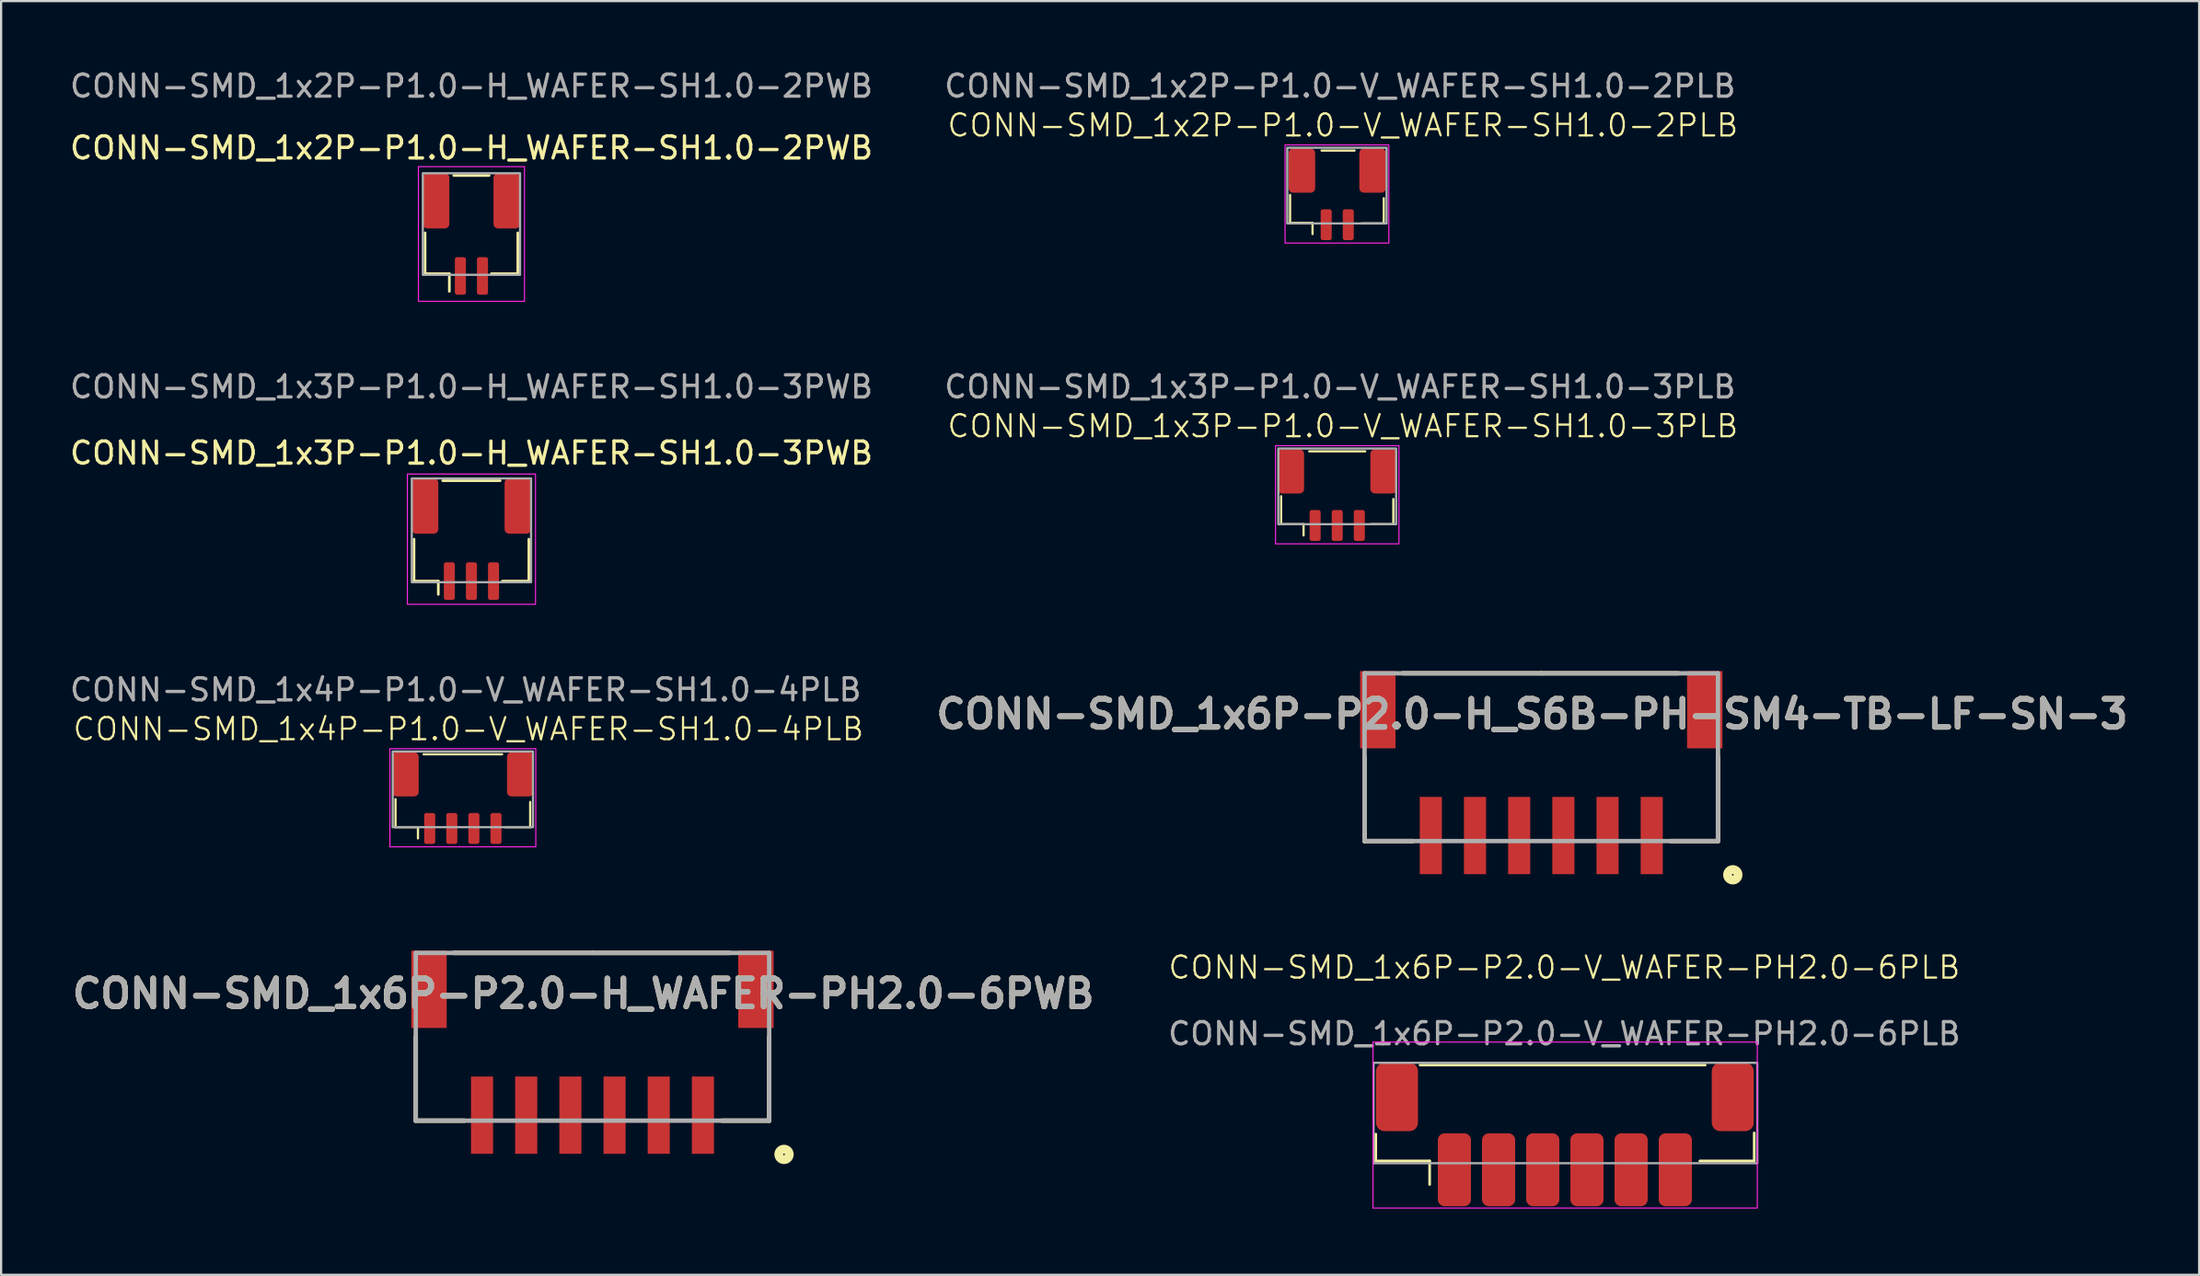
<source format=kicad_pcb>
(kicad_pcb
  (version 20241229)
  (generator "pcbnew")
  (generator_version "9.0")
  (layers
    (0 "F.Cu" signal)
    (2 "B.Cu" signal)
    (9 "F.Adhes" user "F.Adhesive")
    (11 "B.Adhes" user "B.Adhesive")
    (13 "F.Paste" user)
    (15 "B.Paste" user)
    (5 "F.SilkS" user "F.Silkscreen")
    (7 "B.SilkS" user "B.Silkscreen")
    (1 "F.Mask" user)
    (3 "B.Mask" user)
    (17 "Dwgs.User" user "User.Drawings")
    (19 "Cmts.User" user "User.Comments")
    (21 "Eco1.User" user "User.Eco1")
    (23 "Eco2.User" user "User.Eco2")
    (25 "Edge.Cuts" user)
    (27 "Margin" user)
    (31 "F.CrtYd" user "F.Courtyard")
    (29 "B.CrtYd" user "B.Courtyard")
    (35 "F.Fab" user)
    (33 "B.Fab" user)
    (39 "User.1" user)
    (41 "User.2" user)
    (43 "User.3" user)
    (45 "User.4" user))
  (footprint "CONN-SMD_1x6P-P2.0-V_WAFER-PH2.0-6PLB"
    (layer "F.Cu")
    (at 67.791 47.936)
    (property "Reference" "CONN-SMD_1x6P-P2.0-V_WAFER-PH2.0-6PLB" (at -0.025 -7.164 0) (unlocked yes) (layer "F.SilkS") (effects (font (size 1 1) (thickness 0.1))))
    (attr smd)
    (fp_line (start -8.56 0.381) (end -8.56 1.6) (stroke (width 0.12) (type default)) (layer "F.SilkS"))
    (fp_line (start -8.56 1.6) (end -6.121 1.6) (stroke (width 0.12) (type default)) (layer "F.SilkS"))
    (fp_line (start -6.553 -2.743) (end 6.35 -2.743) (stroke (width 0.12) (type default)) (layer "F.SilkS"))
    (fp_line (start -6.121 1.6) (end -6.121 2.667) (stroke (width 0.12) (type default)) (layer "F.SilkS"))
    (fp_line (start 8.572 0.33) (end 8.572 1.6) (stroke (width 0.12) (type default)) (layer "F.SilkS"))
    (fp_line (start 8.572 1.6) (end 6.109 1.6) (stroke (width 0.12) (type default)) (layer "F.SilkS"))
    (fp_rect (start -8.687 -3.785) (end 8.712 3.734) (stroke (width 0.05) (type default)) (fill no) (layer "F.CrtYd"))
    (fp_rect (start -8.661 -2.845) (end 8.712 1.702) (stroke (width 0.1) (type default)) (fill no) (layer "F.Fab"))
    (fp_text user "${REFERENCE}" (at -0.025 -4.164 0) (unlocked yes) (layer "F.Fab") (effects (font (size 1 1) (thickness 0.15))))
    (pad "1" smd roundrect (at -5 2) (size 1.5 3.3) (layers "F.Cu" "F.Mask" "F.Paste") (roundrect_rratio 0.2))
    (pad "2" smd roundrect (at -3 2) (size 1.5 3.3) (layers "F.Cu" "F.Mask" "F.Paste") (roundrect_rratio 0.2))
    (pad "3" smd roundrect (at -1 2) (size 1.5 3.3) (layers "F.Cu" "F.Mask" "F.Paste") (roundrect_rratio 0.2))
    (pad "4" smd roundrect (at 1 2) (size 1.5 3.3) (layers "F.Cu" "F.Mask" "F.Paste") (roundrect_rratio 0.2))
    (pad "5" smd roundrect (at 3 2) (size 1.5 3.3) (layers "F.Cu" "F.Mask" "F.Paste") (roundrect_rratio 0.2))
    (pad "6" smd roundrect (at 5 2) (size 1.5 3.3) (layers "F.Cu" "F.Mask" "F.Paste") (roundrect_rratio 0.2))
    (pad "MP1" smd roundrect (at -7.6 -1.3) (size 1.9 3.1) (layers "F.Cu" "F.Mask" "F.Paste") (roundrect_rratio 0.2))
    (pad "MP2" smd roundrect (at 7.6 -1.3) (size 1.9 3.1) (layers "F.Cu" "F.Mask" "F.Paste") (roundrect_rratio 0.2)))
  (footprint "CONN-SMD_1x4P-P1.0-V_WAFER-SH1.0-4PLB"
    (layer "F.Cu")
    (at 17.903 33.275)
    (property "Reference" "CONN-SMD_1x4P-P1.0-V_WAFER-SH1.0-4PLB" (at 0.254 -3.302 0) (unlocked yes) (layer "F.SilkS") (effects (font (size 1 1) (thickness 0.1))))
    (attr smd)
    (fp_line (start -3.048 -0.127) (end -3.048 1.143) (stroke (width 0.1) (type default)) (layer "F.SilkS"))
    (fp_line (start -3.048 1.143) (end -2.032 1.143) (stroke (width 0.1) (type default)) (layer "F.SilkS"))
    (fp_line (start -2.032 1.143) (end -2.032 1.651) (stroke (width 0.1) (type default)) (layer "F.SilkS"))
    (fp_line (start -1.778 -2.159) (end 1.778 -2.159) (stroke (width 0.1) (type default)) (layer "F.SilkS"))
    (fp_line (start 3.048 0) (end 3.048 1.143) (stroke (width 0.1) (type default)) (layer "F.SilkS"))
    (fp_line (start 3.048 1.143) (end 1.905 1.143) (stroke (width 0.1) (type default)) (layer "F.SilkS"))
    (fp_rect (start -3.302 -2.413) (end 3.302 2.032) (stroke (width 0.05) (type default)) (fill no) (layer "F.CrtYd"))
    (fp_rect (start -3.175 -2.286) (end 3.175 1.143) (stroke (width 0.1) (type default)) (fill no) (layer "F.Fab"))
    (fp_text user "${REFERENCE}" (at 0.127 -5.08 0) (unlocked yes) (layer "F.Fab") (effects (font (size 1 1) (thickness 0.15))))
    (pad "1" smd roundrect (at -1.5 1.2) (size 0.5 1.4) (layers "F.Cu" "F.Mask" "F.Paste") (roundrect_rratio 0.2))
    (pad "2" smd roundrect (at -0.5 1.2) (size 0.5 1.4) (layers "F.Cu" "F.Mask" "F.Paste") (roundrect_rratio 0.2))
    (pad "3" smd roundrect (at 0.5 1.2) (size 0.5 1.4) (layers "F.Cu" "F.Mask" "F.Paste") (roundrect_rratio 0.2))
    (pad "4" smd roundrect (at 1.5 1.2) (size 0.5 1.4) (layers "F.Cu" "F.Mask" "F.Paste") (roundrect_rratio 0.2))
    (pad "MP1" smd roundrect (at -2.6 -1.25) (size 1.2 2) (layers "F.Cu" "F.Mask" "F.Paste") (roundrect_rratio 0.167))
    (pad "MP2" smd roundrect (at 2.6 -1.25) (size 1.2 2) (layers "F.Cu" "F.Mask" "F.Paste") (roundrect_rratio 0.167)))
  (footprint "CONN-SMD_1x6P-P2.0-H_WAFER-PH2.0-6PWB"
    (layer "F.Cu")
    (at 23.771 47.462)
    (property "Reference" "CONN-SMD_1x6P-P2.0-H_WAFER-PH2.0-6PWB" (at -0.415 -5.499 0) (layer "F.SilkS") (effects (font (size 1.27 1.27) (thickness 0.254))))
    (attr smd)
    (fp_line (start -8 0.25) (end -8 -3.55) (stroke (width 0.2) (type solid)) (layer "F.SilkS"))
    (fp_line (start -8 0.25) (end -5.803 0.25) (stroke (width 0.2) (type solid)) (layer "F.SilkS"))
    (fp_line (start 0 -7.35) (end -6.275 -7.35) (stroke (width 0.2) (type solid)) (layer "F.SilkS"))
    (fp_line (start 0 -7.35) (end 6.212 -7.35) (stroke (width 0.2) (type solid)) (layer "F.SilkS"))
    (fp_line (start 8 0.25) (end 5.858 0.25) (stroke (width 0.2) (type solid)) (layer "F.SilkS"))
    (fp_line (start 8 0.25) (end 8 -3.55) (stroke (width 0.2) (type solid)) (layer "F.SilkS"))
    (fp_circle (center 8.671 1.778) (end 8.671 2.015) (stroke (width 0.4) (type solid)) (fill no) (layer "F.SilkS"))
    (fp_line (start -8 -7.35) (end -8 0.25) (stroke (width 0.2) (type solid)) (layer "F.Fab"))
    (fp_line (start -8 0.25) (end 8 0.25) (stroke (width 0.2) (type solid)) (layer "F.Fab"))
    (fp_line (start 8 -7.35) (end -8 -7.35) (stroke (width 0.2) (type solid)) (layer "F.Fab"))
    (fp_line (start 8 0.25) (end 8 -7.35) (stroke (width 0.2) (type solid)) (layer "F.Fab"))
    (fp_text user "${REFERENCE}" (at -0.415 -5.499 0) (layer "F.Fab") (effects (font (size 1.27 1.27) (thickness 0.254))))
    (pad "1" smd rect (at 5 0) (size 1 3.5) (layers "F.Cu" "F.Mask" "F.Paste"))
    (pad "2" smd rect (at 3 0) (size 1 3.5) (layers "F.Cu" "F.Mask" "F.Paste"))
    (pad "3" smd rect (at 1 0) (size 1 3.5) (layers "F.Cu" "F.Mask" "F.Paste"))
    (pad "4" smd rect (at -1 0) (size 1 3.5) (layers "F.Cu" "F.Mask" "F.Paste"))
    (pad "5" smd rect (at -3 0) (size 1 3.5) (layers "F.Cu" "F.Mask" "F.Paste"))
    (pad "6" smd rect (at -5 0) (size 1 3.5) (layers "F.Cu" "F.Mask" "F.Paste"))
    (pad "MP1" smd rect (at 7.4 -5.7) (size 1.6 3.5) (layers "F.Cu" "F.Mask" "F.Paste"))
    (pad "MP2" smd rect (at -7.4 -5.7) (size 1.6 3.5) (layers "F.Cu" "F.Mask" "F.Paste")))
  (footprint "CONN-SMD_1x3P-P1.0-V_WAFER-SH1.0-3PLB"
    (layer "F.Cu")
    (at 57.486 19.552)
    (property "Reference" "CONN-SMD_1x3P-P1.0-V_WAFER-SH1.0-3PLB" (at 0.254 -3.302 0) (unlocked yes) (layer "F.SilkS") (effects (font (size 1 1) (thickness 0.1))))
    (attr smd)
    (fp_line (start -2.54 -0.127) (end -2.54 1.143) (stroke (width 0.1) (type default)) (layer "F.SilkS"))
    (fp_line (start -2.54 1.143) (end -1.524 1.143) (stroke (width 0.1) (type default)) (layer "F.SilkS"))
    (fp_line (start -1.524 1.143) (end -1.524 1.651) (stroke (width 0.1) (type default)) (layer "F.SilkS"))
    (fp_line (start -1.27 -2.159) (end 1.27 -2.159) (stroke (width 0.1) (type default)) (layer "F.SilkS"))
    (fp_line (start 2.54 0) (end 2.54 1.143) (stroke (width 0.1) (type default)) (layer "F.SilkS"))
    (fp_line (start 2.54 1.143) (end 1.524 1.143) (stroke (width 0.1) (type default)) (layer "F.SilkS"))
    (fp_rect (start -2.794 -2.413) (end 2.794 2.032) (stroke (width 0.05) (type default)) (fill no) (layer "F.CrtYd"))
    (fp_rect (start -2.667 -2.286) (end 2.667 1.143) (stroke (width 0.1) (type default)) (fill no) (layer "F.Fab"))
    (fp_text user "${REFERENCE}" (at 0.127 -5.08 0) (unlocked yes) (layer "F.Fab") (effects (font (size 1 1) (thickness 0.15))))
    (pad "1" smd roundrect (at -1 1.2) (size 0.5 1.4) (layers "F.Cu" "F.Mask" "F.Paste") (roundrect_rratio 0.2))
    (pad "2" smd roundrect (at 0 1.2) (size 0.5 1.4) (layers "F.Cu" "F.Mask" "F.Paste") (roundrect_rratio 0.2))
    (pad "3" smd roundrect (at 1 1.2) (size 0.5 1.4) (layers "F.Cu" "F.Mask" "F.Paste") (roundrect_rratio 0.2))
    (pad "MP1" smd roundrect (at -2.1 -1.25) (size 1.2 2) (layers "F.Cu" "F.Mask" "F.Paste") (roundrect_rratio 0.167))
    (pad "MP2" smd roundrect (at 2.1 -1.25) (size 1.2 2) (layers "F.Cu" "F.Mask" "F.Paste") (roundrect_rratio 0.167)))
  (footprint "CONN-SMD_1x2P-P1.0-V_WAFER-SH1.0-2PLB"
    (layer "F.Cu")
    (at 57.486 5.928)
    (property "Reference" "CONN-SMD_1x2P-P1.0-V_WAFER-SH1.0-2PLB" (at 0.254 -3.302 0) (unlocked yes) (layer "F.SilkS") (effects (font (size 1 1) (thickness 0.1))))
    (attr smd)
    (fp_line (start -2.134 -0.152) (end -2.134 1.118) (stroke (width 0.1) (type default)) (layer "F.SilkS"))
    (fp_line (start -2.134 1.118) (end -1.118 1.118) (stroke (width 0.1) (type default)) (layer "F.SilkS"))
    (fp_line (start -1.118 1.118) (end -1.118 1.626) (stroke (width 0.1) (type default)) (layer "F.SilkS"))
    (fp_line (start -0.711 -2.159) (end 0.787 -2.159) (stroke (width 0.1) (type default)) (layer "F.SilkS"))
    (fp_line (start 2.108 0) (end 2.108 1.143) (stroke (width 0.1) (type default)) (layer "F.SilkS"))
    (fp_line (start 2.108 1.143) (end 1.092 1.143) (stroke (width 0.1) (type default)) (layer "F.SilkS"))
    (fp_rect (start -2.362 -2.413) (end 2.337 2.032) (stroke (width 0.05) (type default)) (fill no) (layer "F.CrtYd"))
    (fp_rect (start -2.261 -2.286) (end 2.235 1.143) (stroke (width 0.1) (type default)) (fill no) (layer "F.Fab"))
    (fp_text user "${REFERENCE}" (at 0.127 -5.08 0) (unlocked yes) (layer "F.Fab") (effects (font (size 1 1) (thickness 0.15))))
    (pad "1" smd roundrect (at -0.5 1.2) (size 0.5 1.4) (layers "F.Cu" "F.Mask" "F.Paste") (roundrect_rratio 0.2))
    (pad "2" smd roundrect (at 0.5 1.2) (size 0.5 1.4) (layers "F.Cu" "F.Mask" "F.Paste") (roundrect_rratio 0.2))
    (pad "MP1" smd roundrect (at -1.6 -1.25) (size 1.2 2) (layers "F.Cu" "F.Mask" "F.Paste") (roundrect_rratio 0.167))
    (pad "MP2" smd roundrect (at 1.6 -1.25) (size 1.2 2) (layers "F.Cu" "F.Mask" "F.Paste") (roundrect_rratio 0.167)))
  (footprint "CONN-SMD_1x3P-P1.0-H_WAFER-SH1.0-3PWB"
    (layer "F.Cu")
    (at 18.292 21.372)
    (property "Reference" "CONN-SMD_1x3P-P1.0-H_WAFER-SH1.0-3PWB" (at 0 -3.9 0) (unlocked yes) (layer "F.SilkS") (effects (font (size 1 1) (thickness 0.15))))
    (attr smd)
    (fp_line (start -2.6 0) (end -2.6 1.9) (stroke (width 0.12) (type solid)) (layer "F.SilkS"))
    (fp_line (start -2.6 1.9) (end -1.5 1.9) (stroke (width 0.12) (type solid)) (layer "F.SilkS"))
    (fp_line (start -1.5 1.9) (end -1.5 2.5) (stroke (width 0.12) (type solid)) (layer "F.SilkS"))
    (fp_line (start -1.3 -2.65) (end 1.3 -2.65) (stroke (width 0.12) (type solid)) (layer "F.SilkS"))
    (fp_line (start 1.4 1.9) (end 2.6 1.9) (stroke (width 0.12) (type solid)) (layer "F.SilkS"))
    (fp_line (start 2.6 1.9) (end 2.6 0) (stroke (width 0.12) (type solid)) (layer "F.SilkS"))
    (fp_rect (start -2.9 -2.95) (end 2.9 2.95) (stroke (width 0.05) (type solid)) (fill no) (layer "F.CrtYd"))
    (fp_rect (start -2.7 -2.75) (end 2.7 1.95) (stroke (width 0.1) (type solid)) (fill no) (layer "F.Fab"))
    (fp_text user "${REFERENCE}" (at 0 -6.9 0) (unlocked yes) (layer "F.Fab") (effects (font (size 1 1) (thickness 0.15))))
    (pad "1" smd roundrect (at -1 1.9) (size 0.5 1.7) (layers "F.Cu" "F.Mask" "F.Paste") (roundrect_rratio 0.2))
    (pad "2" smd roundrect (at 0 1.9) (size 0.5 1.7) (layers "F.Cu" "F.Mask" "F.Paste") (roundrect_rratio 0.2))
    (pad "3" smd roundrect (at 1 1.9) (size 0.5 1.7) (layers "F.Cu" "F.Mask" "F.Paste") (roundrect_rratio 0.2))
    (pad "MP1" smd roundrect (at -2.1 -1.5) (size 1.2 2.5) (layers "F.Cu" "F.Mask" "F.Paste") (roundrect_rratio 0.167))
    (pad "MP2" smd roundrect (at 2.1 -1.5) (size 1.2 2.5) (layers "F.Cu" "F.Mask" "F.Paste") (roundrect_rratio 0.167)))
  (footprint "CONN-SMD_1x6P-P2.0-H_S6B-PH-SM4-TB-LF-SN-3"
    (layer "F.Cu")
    (at 66.723 34.797)
    (property "Reference" "CONN-SMD_1x6P-P2.0-H_S6B-PH-SM4-TB-LF-SN-3" (at -0.415 -5.499 0) (layer "F.SilkS") (effects (font (size 1.27 1.27) (thickness 0.254))))
    (attr smd)
    (fp_line (start -8 0.25) (end -8 -3.55) (stroke (width 0.2) (type solid)) (layer "F.SilkS"))
    (fp_line (start -8 0.25) (end -5.803 0.25) (stroke (width 0.2) (type solid)) (layer "F.SilkS"))
    (fp_line (start 0 -7.35) (end -6.275 -7.35) (stroke (width 0.2) (type solid)) (layer "F.SilkS"))
    (fp_line (start 0 -7.35) (end 6.212 -7.35) (stroke (width 0.2) (type solid)) (layer "F.SilkS"))
    (fp_line (start 8 0.25) (end 5.858 0.25) (stroke (width 0.2) (type solid)) (layer "F.SilkS"))
    (fp_line (start 8 0.25) (end 8 -3.55) (stroke (width 0.2) (type solid)) (layer "F.SilkS"))
    (fp_circle (center 8.671 1.778) (end 8.671 2.015) (stroke (width 0.4) (type solid)) (fill no) (layer "F.SilkS"))
    (fp_line (start -8 -7.35) (end -8 0.25) (stroke (width 0.2) (type solid)) (layer "F.Fab"))
    (fp_line (start -8 0.25) (end 8 0.25) (stroke (width 0.2) (type solid)) (layer "F.Fab"))
    (fp_line (start 8 -7.35) (end -8 -7.35) (stroke (width 0.2) (type solid)) (layer "F.Fab"))
    (fp_line (start 8 0.25) (end 8 -7.35) (stroke (width 0.2) (type solid)) (layer "F.Fab"))
    (fp_text user "${REFERENCE}" (at -0.415 -5.499 0) (layer "F.Fab") (effects (font (size 1.27 1.27) (thickness 0.254))))
    (pad "1" smd rect (at 5 0) (size 1 3.5) (layers "F.Cu" "F.Mask" "F.Paste"))
    (pad "2" smd rect (at 3 0) (size 1 3.5) (layers "F.Cu" "F.Mask" "F.Paste"))
    (pad "3" smd rect (at 1 0) (size 1 3.5) (layers "F.Cu" "F.Mask" "F.Paste"))
    (pad "4" smd rect (at -1 0) (size 1 3.5) (layers "F.Cu" "F.Mask" "F.Paste"))
    (pad "5" smd rect (at -3 0) (size 1 3.5) (layers "F.Cu" "F.Mask" "F.Paste"))
    (pad "6" smd rect (at -5 0) (size 1 3.5) (layers "F.Cu" "F.Mask" "F.Paste"))
    (pad "7" smd rect (at -7.4 -5.7) (size 1.6 3.5) (layers "F.Cu" "F.Mask" "F.Paste"))
    (pad "8" smd rect (at 7.4 -5.7) (size 1.6 3.5) (layers "F.Cu" "F.Mask" "F.Paste")))
  (footprint "CONN-SMD_1x2P-P1.0-H_WAFER-SH1.0-2PWB"
    (layer "F.Cu")
    (at 18.292 7.548)
    (property "Reference" "CONN-SMD_1x2P-P1.0-H_WAFER-SH1.0-2PWB" (at 0 -3.9 0) (unlocked yes) (layer "F.SilkS") (effects (font (size 1 1) (thickness 0.15))))
    (attr smd)
    (fp_line (start -2.1 -0.05) (end -2.1 1.8) (stroke (width 0.12) (type solid)) (layer "F.SilkS"))
    (fp_line (start -2.1 1.8) (end -1 1.8) (stroke (width 0.12) (type solid)) (layer "F.SilkS"))
    (fp_line (start -1 1.8) (end -1 2.6) (stroke (width 0.12) (type solid)) (layer "F.SilkS"))
    (fp_line (start -0.8 -2.65) (end 0.8 -2.65) (stroke (width 0.12) (type solid)) (layer "F.SilkS"))
    (fp_line (start 0.9 1.8) (end 2.1 1.8) (stroke (width 0.12) (type solid)) (layer "F.SilkS"))
    (fp_line (start 2.1 -0.05) (end 2.1 1.8) (stroke (width 0.12) (type solid)) (layer "F.SilkS"))
    (fp_rect (start -2.4 -3.05) (end 2.4 3.05) (stroke (width 0.05) (type solid)) (fill no) (layer "F.CrtYd"))
    (fp_rect (start -2.2 -2.75) (end 2.2 1.85) (stroke (width 0.1) (type solid)) (fill no) (layer "F.Fab"))
    (fp_text user "${REFERENCE}" (at 0 -6.7 0) (unlocked yes) (layer "F.Fab") (effects (font (size 1 1) (thickness 0.15))))
    (pad "1" smd roundrect (at -0.5 1.9) (size 0.5 1.7) (layers "F.Cu" "F.Mask" "F.Paste") (roundrect_rratio 0.2))
    (pad "2" smd roundrect (at 0.5 1.9) (size 0.5 1.7) (layers "F.Cu" "F.Mask" "F.Paste") (roundrect_rratio 0.2))
    (pad "MP1" smd roundrect (at -1.6 -1.5) (size 1.2 2.5) (layers "F.Cu" "F.Mask" "F.Paste") (roundrect_rratio 0.167))
    (pad "MP2" smd roundrect (at 1.6 -1.5) (size 1.2 2.5) (layers "F.Cu" "F.Mask" "F.Paste") (roundrect_rratio 0.167)))
  (gr_rect
    (start -3 -3)
    (end 96.504 54.695)
    (stroke (width 0.1) (type default))
    (fill no)
    (layer "Edge.Cuts")))
</source>
